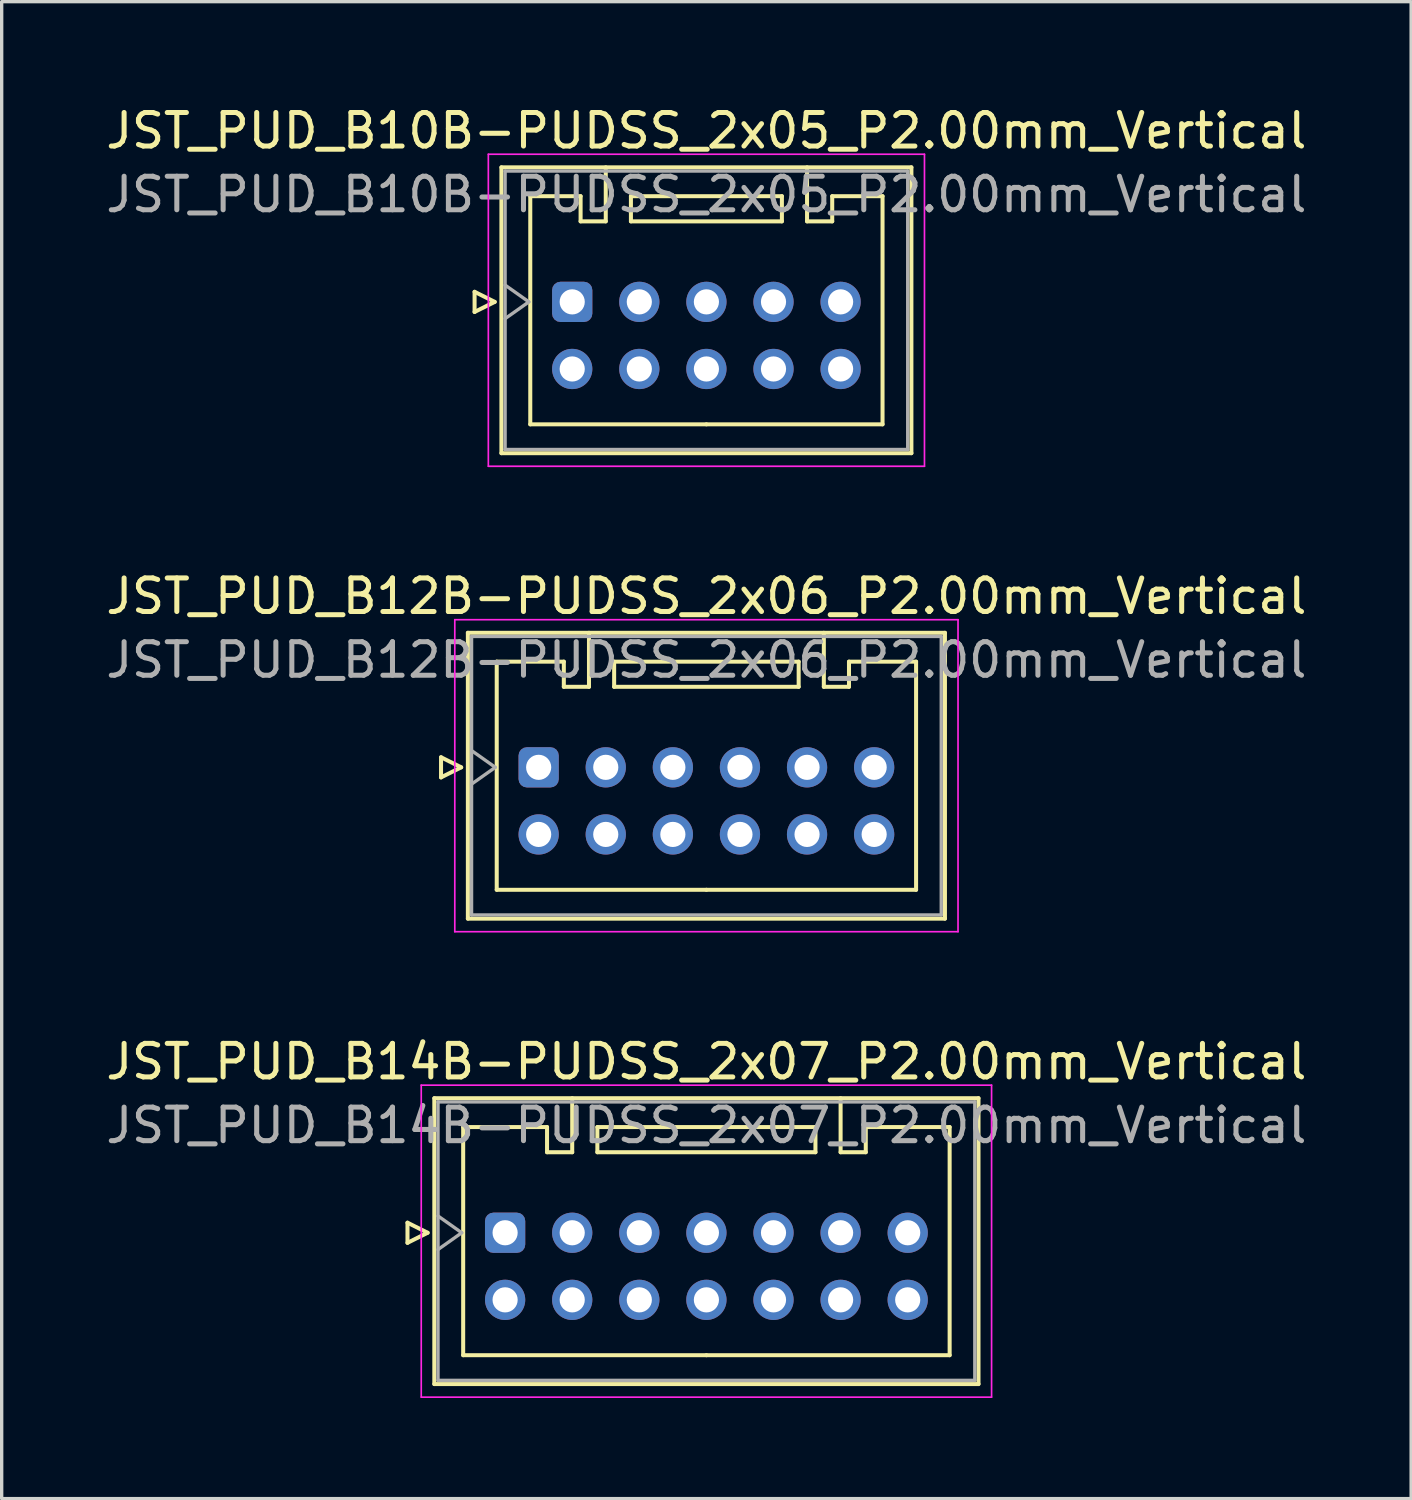
<source format=kicad_pcb>
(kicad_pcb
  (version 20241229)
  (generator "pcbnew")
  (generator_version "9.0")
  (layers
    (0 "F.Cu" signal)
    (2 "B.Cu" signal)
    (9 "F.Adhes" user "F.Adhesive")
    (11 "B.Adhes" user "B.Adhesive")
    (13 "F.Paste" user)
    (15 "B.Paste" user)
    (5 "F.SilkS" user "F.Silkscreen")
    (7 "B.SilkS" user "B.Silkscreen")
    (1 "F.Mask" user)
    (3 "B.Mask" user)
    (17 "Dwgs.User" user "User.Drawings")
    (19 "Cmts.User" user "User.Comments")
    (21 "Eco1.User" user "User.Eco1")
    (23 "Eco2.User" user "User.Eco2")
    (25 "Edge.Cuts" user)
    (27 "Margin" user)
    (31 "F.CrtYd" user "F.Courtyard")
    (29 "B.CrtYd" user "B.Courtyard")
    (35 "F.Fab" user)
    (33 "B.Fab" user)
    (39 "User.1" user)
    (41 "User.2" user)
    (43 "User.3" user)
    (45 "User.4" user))
  (footprint "JST_PUD_B14B-PUDSS_2x07_P2.00mm_Vertical"
    (layer "F.Cu")
    (at 12.006 33.695)
    (property "Reference" "JST_PUD_B14B-PUDSS_2x07_P2.00mm_Vertical" (at 6 -5.1 0) (layer "F.SilkS") (effects (font (size 1 1) (thickness 0.15))))
    (attr through_hole)
    (fp_line (start -2.91 -0.3) (end -2.31 0) (stroke (width 0.12) (type solid)) (layer "F.SilkS"))
    (fp_line (start -2.91 0.3) (end -2.91 -0.3) (stroke (width 0.12) (type solid)) (layer "F.SilkS"))
    (fp_line (start -2.31 0) (end -2.91 0.3) (stroke (width 0.12) (type solid)) (layer "F.SilkS"))
    (fp_line (start -2.11 -4.01) (end -2.11 4.51) (stroke (width 0.12) (type solid)) (layer "F.SilkS"))
    (fp_line (start -2.11 4.51) (end 14.11 4.51) (stroke (width 0.12) (type solid)) (layer "F.SilkS"))
    (fp_line (start -1.25 -3.15) (end -1.25 3.65) (stroke (width 0.12) (type solid)) (layer "F.SilkS"))
    (fp_line (start -1.25 3.65) (end 6 3.65) (stroke (width 0.12) (type solid)) (layer "F.SilkS"))
    (fp_line (start 1.25 -3.15) (end -1.25 -3.15) (stroke (width 0.12) (type solid)) (layer "F.SilkS"))
    (fp_line (start 1.25 -2.4) (end 1.25 -3.15) (stroke (width 0.12) (type solid)) (layer "F.SilkS"))
    (fp_line (start 2 -4.01) (end 2 -2.4) (stroke (width 0.12) (type solid)) (layer "F.SilkS"))
    (fp_line (start 2 -2.4) (end 1.25 -2.4) (stroke (width 0.12) (type solid)) (layer "F.SilkS"))
    (fp_line (start 2.75 -3.15) (end 2.75 -2.4) (stroke (width 0.12) (type solid)) (layer "F.SilkS"))
    (fp_line (start 2.75 -2.4) (end 9.25 -2.4) (stroke (width 0.12) (type solid)) (layer "F.SilkS"))
    (fp_line (start 9.25 -3.15) (end 2.75 -3.15) (stroke (width 0.12) (type solid)) (layer "F.SilkS"))
    (fp_line (start 9.25 -2.4) (end 9.25 -3.15) (stroke (width 0.12) (type solid)) (layer "F.SilkS"))
    (fp_line (start 10 -4.01) (end 10 -2.4) (stroke (width 0.12) (type solid)) (layer "F.SilkS"))
    (fp_line (start 10 -2.4) (end 10.75 -2.4) (stroke (width 0.12) (type solid)) (layer "F.SilkS"))
    (fp_line (start 10.75 -3.15) (end 13.25 -3.15) (stroke (width 0.12) (type solid)) (layer "F.SilkS"))
    (fp_line (start 10.75 -2.4) (end 10.75 -3.15) (stroke (width 0.12) (type solid)) (layer "F.SilkS"))
    (fp_line (start 13.25 -3.15) (end 13.25 3.65) (stroke (width 0.12) (type solid)) (layer "F.SilkS"))
    (fp_line (start 13.25 3.65) (end 6 3.65) (stroke (width 0.12) (type solid)) (layer "F.SilkS"))
    (fp_line (start 14.11 -4.01) (end -2.11 -4.01) (stroke (width 0.12) (type solid)) (layer "F.SilkS"))
    (fp_line (start 14.11 4.51) (end 14.11 -4.01) (stroke (width 0.12) (type solid)) (layer "F.SilkS"))
    (fp_line (start -2.5 -4.4) (end -2.5 4.9) (stroke (width 0.05) (type solid)) (layer "F.CrtYd"))
    (fp_line (start -2.5 4.9) (end 14.5 4.9) (stroke (width 0.05) (type solid)) (layer "F.CrtYd"))
    (fp_line (start 14.5 -4.4) (end -2.5 -4.4) (stroke (width 0.05) (type solid)) (layer "F.CrtYd"))
    (fp_line (start 14.5 4.9) (end 14.5 -4.4) (stroke (width 0.05) (type solid)) (layer "F.CrtYd"))
    (fp_line (start -2 -3.9) (end -2 4.4) (stroke (width 0.1) (type solid)) (layer "F.Fab"))
    (fp_line (start -2 0.5) (end -1.293 0) (stroke (width 0.1) (type solid)) (layer "F.Fab"))
    (fp_line (start -2 4.4) (end 14 4.4) (stroke (width 0.1) (type solid)) (layer "F.Fab"))
    (fp_line (start -1.293 0) (end -2 -0.5) (stroke (width 0.1) (type solid)) (layer "F.Fab"))
    (fp_line (start 14 -3.9) (end -2 -3.9) (stroke (width 0.1) (type solid)) (layer "F.Fab"))
    (fp_line (start 14 4.4) (end 14 -3.9) (stroke (width 0.1) (type solid)) (layer "F.Fab"))
    (fp_text user "${REFERENCE}" (at 6 -3.2 0) (layer "F.Fab") (effects (font (size 1 1) (thickness 0.15))))
    (pad "1" thru_hole roundrect (at 0 0) (size 1.2 1.2) (drill 0.75) (layers "*.Cu" "*.Mask") (roundrect_rratio 0.208))
    (pad "2" thru_hole circle (at 0 2) (size 1.2 1.2) (drill 0.75) (layers "*.Cu" "*.Mask"))
    (pad "3" thru_hole circle (at 2 0) (size 1.2 1.2) (drill 0.75) (layers "*.Cu" "*.Mask"))
    (pad "4" thru_hole circle (at 2 2) (size 1.2 1.2) (drill 0.75) (layers "*.Cu" "*.Mask"))
    (pad "5" thru_hole circle (at 4 0) (size 1.2 1.2) (drill 0.75) (layers "*.Cu" "*.Mask"))
    (pad "6" thru_hole circle (at 4 2) (size 1.2 1.2) (drill 0.75) (layers "*.Cu" "*.Mask"))
    (pad "7" thru_hole circle (at 6 0) (size 1.2 1.2) (drill 0.75) (layers "*.Cu" "*.Mask"))
    (pad "8" thru_hole circle (at 6 2) (size 1.2 1.2) (drill 0.75) (layers "*.Cu" "*.Mask"))
    (pad "9" thru_hole circle (at 8 0) (size 1.2 1.2) (drill 0.75) (layers "*.Cu" "*.Mask"))
    (pad "10" thru_hole circle (at 8 2) (size 1.2 1.2) (drill 0.75) (layers "*.Cu" "*.Mask"))
    (pad "11" thru_hole circle (at 10 0) (size 1.2 1.2) (drill 0.75) (layers "*.Cu" "*.Mask"))
    (pad "12" thru_hole circle (at 10 2) (size 1.2 1.2) (drill 0.75) (layers "*.Cu" "*.Mask"))
    (pad "13" thru_hole circle (at 12 0) (size 1.2 1.2) (drill 0.75) (layers "*.Cu" "*.Mask"))
    (pad "14" thru_hole circle (at 12 2) (size 1.2 1.2) (drill 0.75) (layers "*.Cu" "*.Mask")))
  (footprint "JST_PUD_B12B-PUDSS_2x06_P2.00mm_Vertical"
    (layer "F.Cu")
    (at 13.006 19.822)
    (property "Reference" "JST_PUD_B12B-PUDSS_2x06_P2.00mm_Vertical" (at 5 -5.1 0) (layer "F.SilkS") (effects (font (size 1 1) (thickness 0.15))))
    (attr through_hole)
    (fp_line (start -2.91 -0.3) (end -2.31 0) (stroke (width 0.12) (type solid)) (layer "F.SilkS"))
    (fp_line (start -2.91 0.3) (end -2.91 -0.3) (stroke (width 0.12) (type solid)) (layer "F.SilkS"))
    (fp_line (start -2.31 0) (end -2.91 0.3) (stroke (width 0.12) (type solid)) (layer "F.SilkS"))
    (fp_line (start -2.11 -4.01) (end -2.11 4.51) (stroke (width 0.12) (type solid)) (layer "F.SilkS"))
    (fp_line (start -2.11 4.51) (end 12.11 4.51) (stroke (width 0.12) (type solid)) (layer "F.SilkS"))
    (fp_line (start -1.25 -3.15) (end -1.25 3.65) (stroke (width 0.12) (type solid)) (layer "F.SilkS"))
    (fp_line (start -1.25 3.65) (end 5 3.65) (stroke (width 0.12) (type solid)) (layer "F.SilkS"))
    (fp_line (start 0.75 -3.15) (end -1.25 -3.15) (stroke (width 0.12) (type solid)) (layer "F.SilkS"))
    (fp_line (start 0.75 -2.4) (end 0.75 -3.15) (stroke (width 0.12) (type solid)) (layer "F.SilkS"))
    (fp_line (start 1.5 -4.01) (end 1.5 -2.4) (stroke (width 0.12) (type solid)) (layer "F.SilkS"))
    (fp_line (start 1.5 -2.4) (end 0.75 -2.4) (stroke (width 0.12) (type solid)) (layer "F.SilkS"))
    (fp_line (start 2.25 -3.15) (end 2.25 -2.4) (stroke (width 0.12) (type solid)) (layer "F.SilkS"))
    (fp_line (start 2.25 -2.4) (end 7.75 -2.4) (stroke (width 0.12) (type solid)) (layer "F.SilkS"))
    (fp_line (start 7.75 -3.15) (end 2.25 -3.15) (stroke (width 0.12) (type solid)) (layer "F.SilkS"))
    (fp_line (start 7.75 -2.4) (end 7.75 -3.15) (stroke (width 0.12) (type solid)) (layer "F.SilkS"))
    (fp_line (start 8.5 -4.01) (end 8.5 -2.4) (stroke (width 0.12) (type solid)) (layer "F.SilkS"))
    (fp_line (start 8.5 -2.4) (end 9.25 -2.4) (stroke (width 0.12) (type solid)) (layer "F.SilkS"))
    (fp_line (start 9.25 -3.15) (end 11.25 -3.15) (stroke (width 0.12) (type solid)) (layer "F.SilkS"))
    (fp_line (start 9.25 -2.4) (end 9.25 -3.15) (stroke (width 0.12) (type solid)) (layer "F.SilkS"))
    (fp_line (start 11.25 -3.15) (end 11.25 3.65) (stroke (width 0.12) (type solid)) (layer "F.SilkS"))
    (fp_line (start 11.25 3.65) (end 5 3.65) (stroke (width 0.12) (type solid)) (layer "F.SilkS"))
    (fp_line (start 12.11 -4.01) (end -2.11 -4.01) (stroke (width 0.12) (type solid)) (layer "F.SilkS"))
    (fp_line (start 12.11 4.51) (end 12.11 -4.01) (stroke (width 0.12) (type solid)) (layer "F.SilkS"))
    (fp_line (start -2.5 -4.4) (end -2.5 4.9) (stroke (width 0.05) (type solid)) (layer "F.CrtYd"))
    (fp_line (start -2.5 4.9) (end 12.5 4.9) (stroke (width 0.05) (type solid)) (layer "F.CrtYd"))
    (fp_line (start 12.5 -4.4) (end -2.5 -4.4) (stroke (width 0.05) (type solid)) (layer "F.CrtYd"))
    (fp_line (start 12.5 4.9) (end 12.5 -4.4) (stroke (width 0.05) (type solid)) (layer "F.CrtYd"))
    (fp_line (start -2 -3.9) (end -2 4.4) (stroke (width 0.1) (type solid)) (layer "F.Fab"))
    (fp_line (start -2 0.5) (end -1.293 0) (stroke (width 0.1) (type solid)) (layer "F.Fab"))
    (fp_line (start -2 4.4) (end 12 4.4) (stroke (width 0.1) (type solid)) (layer "F.Fab"))
    (fp_line (start -1.293 0) (end -2 -0.5) (stroke (width 0.1) (type solid)) (layer "F.Fab"))
    (fp_line (start 12 -3.9) (end -2 -3.9) (stroke (width 0.1) (type solid)) (layer "F.Fab"))
    (fp_line (start 12 4.4) (end 12 -3.9) (stroke (width 0.1) (type solid)) (layer "F.Fab"))
    (fp_text user "${REFERENCE}" (at 5 -3.2 0) (layer "F.Fab") (effects (font (size 1 1) (thickness 0.15))))
    (pad "1" thru_hole roundrect (at 0 0) (size 1.2 1.2) (drill 0.75) (layers "*.Cu" "*.Mask") (roundrect_rratio 0.208))
    (pad "2" thru_hole circle (at 0 2) (size 1.2 1.2) (drill 0.75) (layers "*.Cu" "*.Mask"))
    (pad "3" thru_hole circle (at 2 0) (size 1.2 1.2) (drill 0.75) (layers "*.Cu" "*.Mask"))
    (pad "4" thru_hole circle (at 2 2) (size 1.2 1.2) (drill 0.75) (layers "*.Cu" "*.Mask"))
    (pad "5" thru_hole circle (at 4 0) (size 1.2 1.2) (drill 0.75) (layers "*.Cu" "*.Mask"))
    (pad "6" thru_hole circle (at 4 2) (size 1.2 1.2) (drill 0.75) (layers "*.Cu" "*.Mask"))
    (pad "7" thru_hole circle (at 6 0) (size 1.2 1.2) (drill 0.75) (layers "*.Cu" "*.Mask"))
    (pad "8" thru_hole circle (at 6 2) (size 1.2 1.2) (drill 0.75) (layers "*.Cu" "*.Mask"))
    (pad "9" thru_hole circle (at 8 0) (size 1.2 1.2) (drill 0.75) (layers "*.Cu" "*.Mask"))
    (pad "10" thru_hole circle (at 8 2) (size 1.2 1.2) (drill 0.75) (layers "*.Cu" "*.Mask"))
    (pad "11" thru_hole circle (at 10 0) (size 1.2 1.2) (drill 0.75) (layers "*.Cu" "*.Mask"))
    (pad "12" thru_hole circle (at 10 2) (size 1.2 1.2) (drill 0.75) (layers "*.Cu" "*.Mask")))
  (footprint "JST_PUD_B10B-PUDSS_2x05_P2.00mm_Vertical"
    (layer "F.Cu")
    (at 14.006 5.948)
    (property "Reference" "JST_PUD_B10B-PUDSS_2x05_P2.00mm_Vertical" (at 4 -5.1 0) (layer "F.SilkS") (effects (font (size 1 1) (thickness 0.15))))
    (attr through_hole)
    (fp_line (start -2.91 -0.3) (end -2.31 0) (stroke (width 0.12) (type solid)) (layer "F.SilkS"))
    (fp_line (start -2.91 0.3) (end -2.91 -0.3) (stroke (width 0.12) (type solid)) (layer "F.SilkS"))
    (fp_line (start -2.31 0) (end -2.91 0.3) (stroke (width 0.12) (type solid)) (layer "F.SilkS"))
    (fp_line (start -2.11 -4.01) (end -2.11 4.51) (stroke (width 0.12) (type solid)) (layer "F.SilkS"))
    (fp_line (start -2.11 4.51) (end 10.11 4.51) (stroke (width 0.12) (type solid)) (layer "F.SilkS"))
    (fp_line (start -1.25 -3.15) (end -1.25 3.65) (stroke (width 0.12) (type solid)) (layer "F.SilkS"))
    (fp_line (start -1.25 3.65) (end 4 3.65) (stroke (width 0.12) (type solid)) (layer "F.SilkS"))
    (fp_line (start 0.25 -3.15) (end -1.25 -3.15) (stroke (width 0.12) (type solid)) (layer "F.SilkS"))
    (fp_line (start 0.25 -2.4) (end 0.25 -3.15) (stroke (width 0.12) (type solid)) (layer "F.SilkS"))
    (fp_line (start 1 -4.01) (end 1 -2.4) (stroke (width 0.12) (type solid)) (layer "F.SilkS"))
    (fp_line (start 1 -2.4) (end 0.25 -2.4) (stroke (width 0.12) (type solid)) (layer "F.SilkS"))
    (fp_line (start 1.75 -3.15) (end 1.75 -2.4) (stroke (width 0.12) (type solid)) (layer "F.SilkS"))
    (fp_line (start 1.75 -2.4) (end 6.25 -2.4) (stroke (width 0.12) (type solid)) (layer "F.SilkS"))
    (fp_line (start 6.25 -3.15) (end 1.75 -3.15) (stroke (width 0.12) (type solid)) (layer "F.SilkS"))
    (fp_line (start 6.25 -2.4) (end 6.25 -3.15) (stroke (width 0.12) (type solid)) (layer "F.SilkS"))
    (fp_line (start 7 -4.01) (end 7 -2.4) (stroke (width 0.12) (type solid)) (layer "F.SilkS"))
    (fp_line (start 7 -2.4) (end 7.75 -2.4) (stroke (width 0.12) (type solid)) (layer "F.SilkS"))
    (fp_line (start 7.75 -3.15) (end 9.25 -3.15) (stroke (width 0.12) (type solid)) (layer "F.SilkS"))
    (fp_line (start 7.75 -2.4) (end 7.75 -3.15) (stroke (width 0.12) (type solid)) (layer "F.SilkS"))
    (fp_line (start 9.25 -3.15) (end 9.25 3.65) (stroke (width 0.12) (type solid)) (layer "F.SilkS"))
    (fp_line (start 9.25 3.65) (end 4 3.65) (stroke (width 0.12) (type solid)) (layer "F.SilkS"))
    (fp_line (start 10.11 -4.01) (end -2.11 -4.01) (stroke (width 0.12) (type solid)) (layer "F.SilkS"))
    (fp_line (start 10.11 4.51) (end 10.11 -4.01) (stroke (width 0.12) (type solid)) (layer "F.SilkS"))
    (fp_line (start -2.5 -4.4) (end -2.5 4.9) (stroke (width 0.05) (type solid)) (layer "F.CrtYd"))
    (fp_line (start -2.5 4.9) (end 10.5 4.9) (stroke (width 0.05) (type solid)) (layer "F.CrtYd"))
    (fp_line (start 10.5 -4.4) (end -2.5 -4.4) (stroke (width 0.05) (type solid)) (layer "F.CrtYd"))
    (fp_line (start 10.5 4.9) (end 10.5 -4.4) (stroke (width 0.05) (type solid)) (layer "F.CrtYd"))
    (fp_line (start -2 -3.9) (end -2 4.4) (stroke (width 0.1) (type solid)) (layer "F.Fab"))
    (fp_line (start -2 0.5) (end -1.293 0) (stroke (width 0.1) (type solid)) (layer "F.Fab"))
    (fp_line (start -2 4.4) (end 10 4.4) (stroke (width 0.1) (type solid)) (layer "F.Fab"))
    (fp_line (start -1.293 0) (end -2 -0.5) (stroke (width 0.1) (type solid)) (layer "F.Fab"))
    (fp_line (start 10 -3.9) (end -2 -3.9) (stroke (width 0.1) (type solid)) (layer "F.Fab"))
    (fp_line (start 10 4.4) (end 10 -3.9) (stroke (width 0.1) (type solid)) (layer "F.Fab"))
    (fp_text user "${REFERENCE}" (at 4 -3.2 0) (layer "F.Fab") (effects (font (size 1 1) (thickness 0.15))))
    (pad "1" thru_hole roundrect (at 0 0) (size 1.2 1.2) (drill 0.75) (layers "*.Cu" "*.Mask") (roundrect_rratio 0.208))
    (pad "2" thru_hole circle (at 0 2) (size 1.2 1.2) (drill 0.75) (layers "*.Cu" "*.Mask"))
    (pad "3" thru_hole circle (at 2 0) (size 1.2 1.2) (drill 0.75) (layers "*.Cu" "*.Mask"))
    (pad "4" thru_hole circle (at 2 2) (size 1.2 1.2) (drill 0.75) (layers "*.Cu" "*.Mask"))
    (pad "5" thru_hole circle (at 4 0) (size 1.2 1.2) (drill 0.75) (layers "*.Cu" "*.Mask"))
    (pad "6" thru_hole circle (at 4 2) (size 1.2 1.2) (drill 0.75) (layers "*.Cu" "*.Mask"))
    (pad "7" thru_hole circle (at 6 0) (size 1.2 1.2) (drill 0.75) (layers "*.Cu" "*.Mask"))
    (pad "8" thru_hole circle (at 6 2) (size 1.2 1.2) (drill 0.75) (layers "*.Cu" "*.Mask"))
    (pad "9" thru_hole circle (at 8 0) (size 1.2 1.2) (drill 0.75) (layers "*.Cu" "*.Mask"))
    (pad "10" thru_hole circle (at 8 2) (size 1.2 1.2) (drill 0.75) (layers "*.Cu" "*.Mask")))
  (gr_rect
    (start -3 -3)
    (end 39.012 41.62)
    (stroke (width 0.1) (type default))
    (fill no)
    (layer "Edge.Cuts")))
</source>
